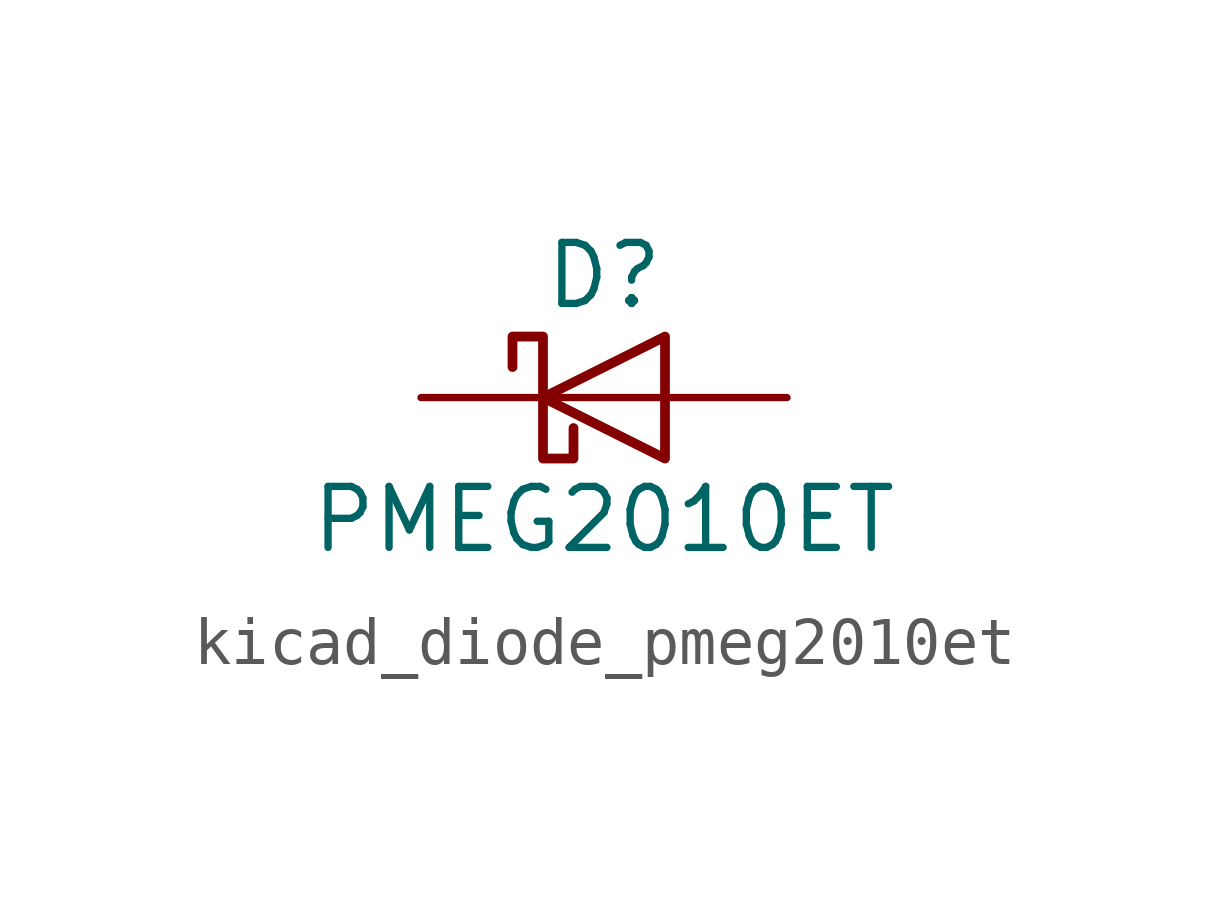
<source format=kicad_sym>
(kicad_symbol_lib
  (version 20220914)
  (generator kicad_symbol_editor)
  (symbol "kicad_diode_pmeg2010et"
    (pin_numbers hide)
    (pin_names hide)
    (property "Reference" "D"
      (at 0 2.54 0)
      (effects (font (size 1.27 1.27))))
    (property "Value" "PMEG2010ET"
      (at 0 -2.54 0)
      (effects (font (size 1.27 1.27))))
    (symbol "kicad_diode_pmeg2010et_0_1"
      (polyline (pts (xy 1.27 0) (xy -1.27 0)) (stroke (width 0) (type default)) (fill (type none)))
      (polyline (pts (xy 1.27 -1.27) (xy 1.27 1.27) (xy -1.27 0) (xy 1.27 -1.27)) (stroke (width 0.203) (type default)) (fill (type none)))
      (polyline (pts (xy -1.905 0.635) (xy -1.905 1.27) (xy -1.27 1.27) (xy -1.27 -1.27) (xy -0.635 -1.27) (xy -0.635 -0.635)) (stroke (width 0.203) (type default)) (fill (type none))))
    (symbol "kicad_diode_pmeg2010et_1_1"
      (pin passive line (at 3.81 0 180) (length 2.54) (name "A" (effects (font (size 1.27 1.27)))) (number "1" (effects (font (size 1.27 1.27)))))
      (pin no_connect line (at 0 0 180) (length 2.54) hide (name "NC" (effects (font (size 1.27 1.27)))) (number "2" (effects (font (size 1.27 1.27)))))
      (pin passive line (at -3.81 0 0) (length 2.54) (name "K" (effects (font (size 1.27 1.27)))) (number "3" (effects (font (size 1.27 1.27))))))))
</source>
